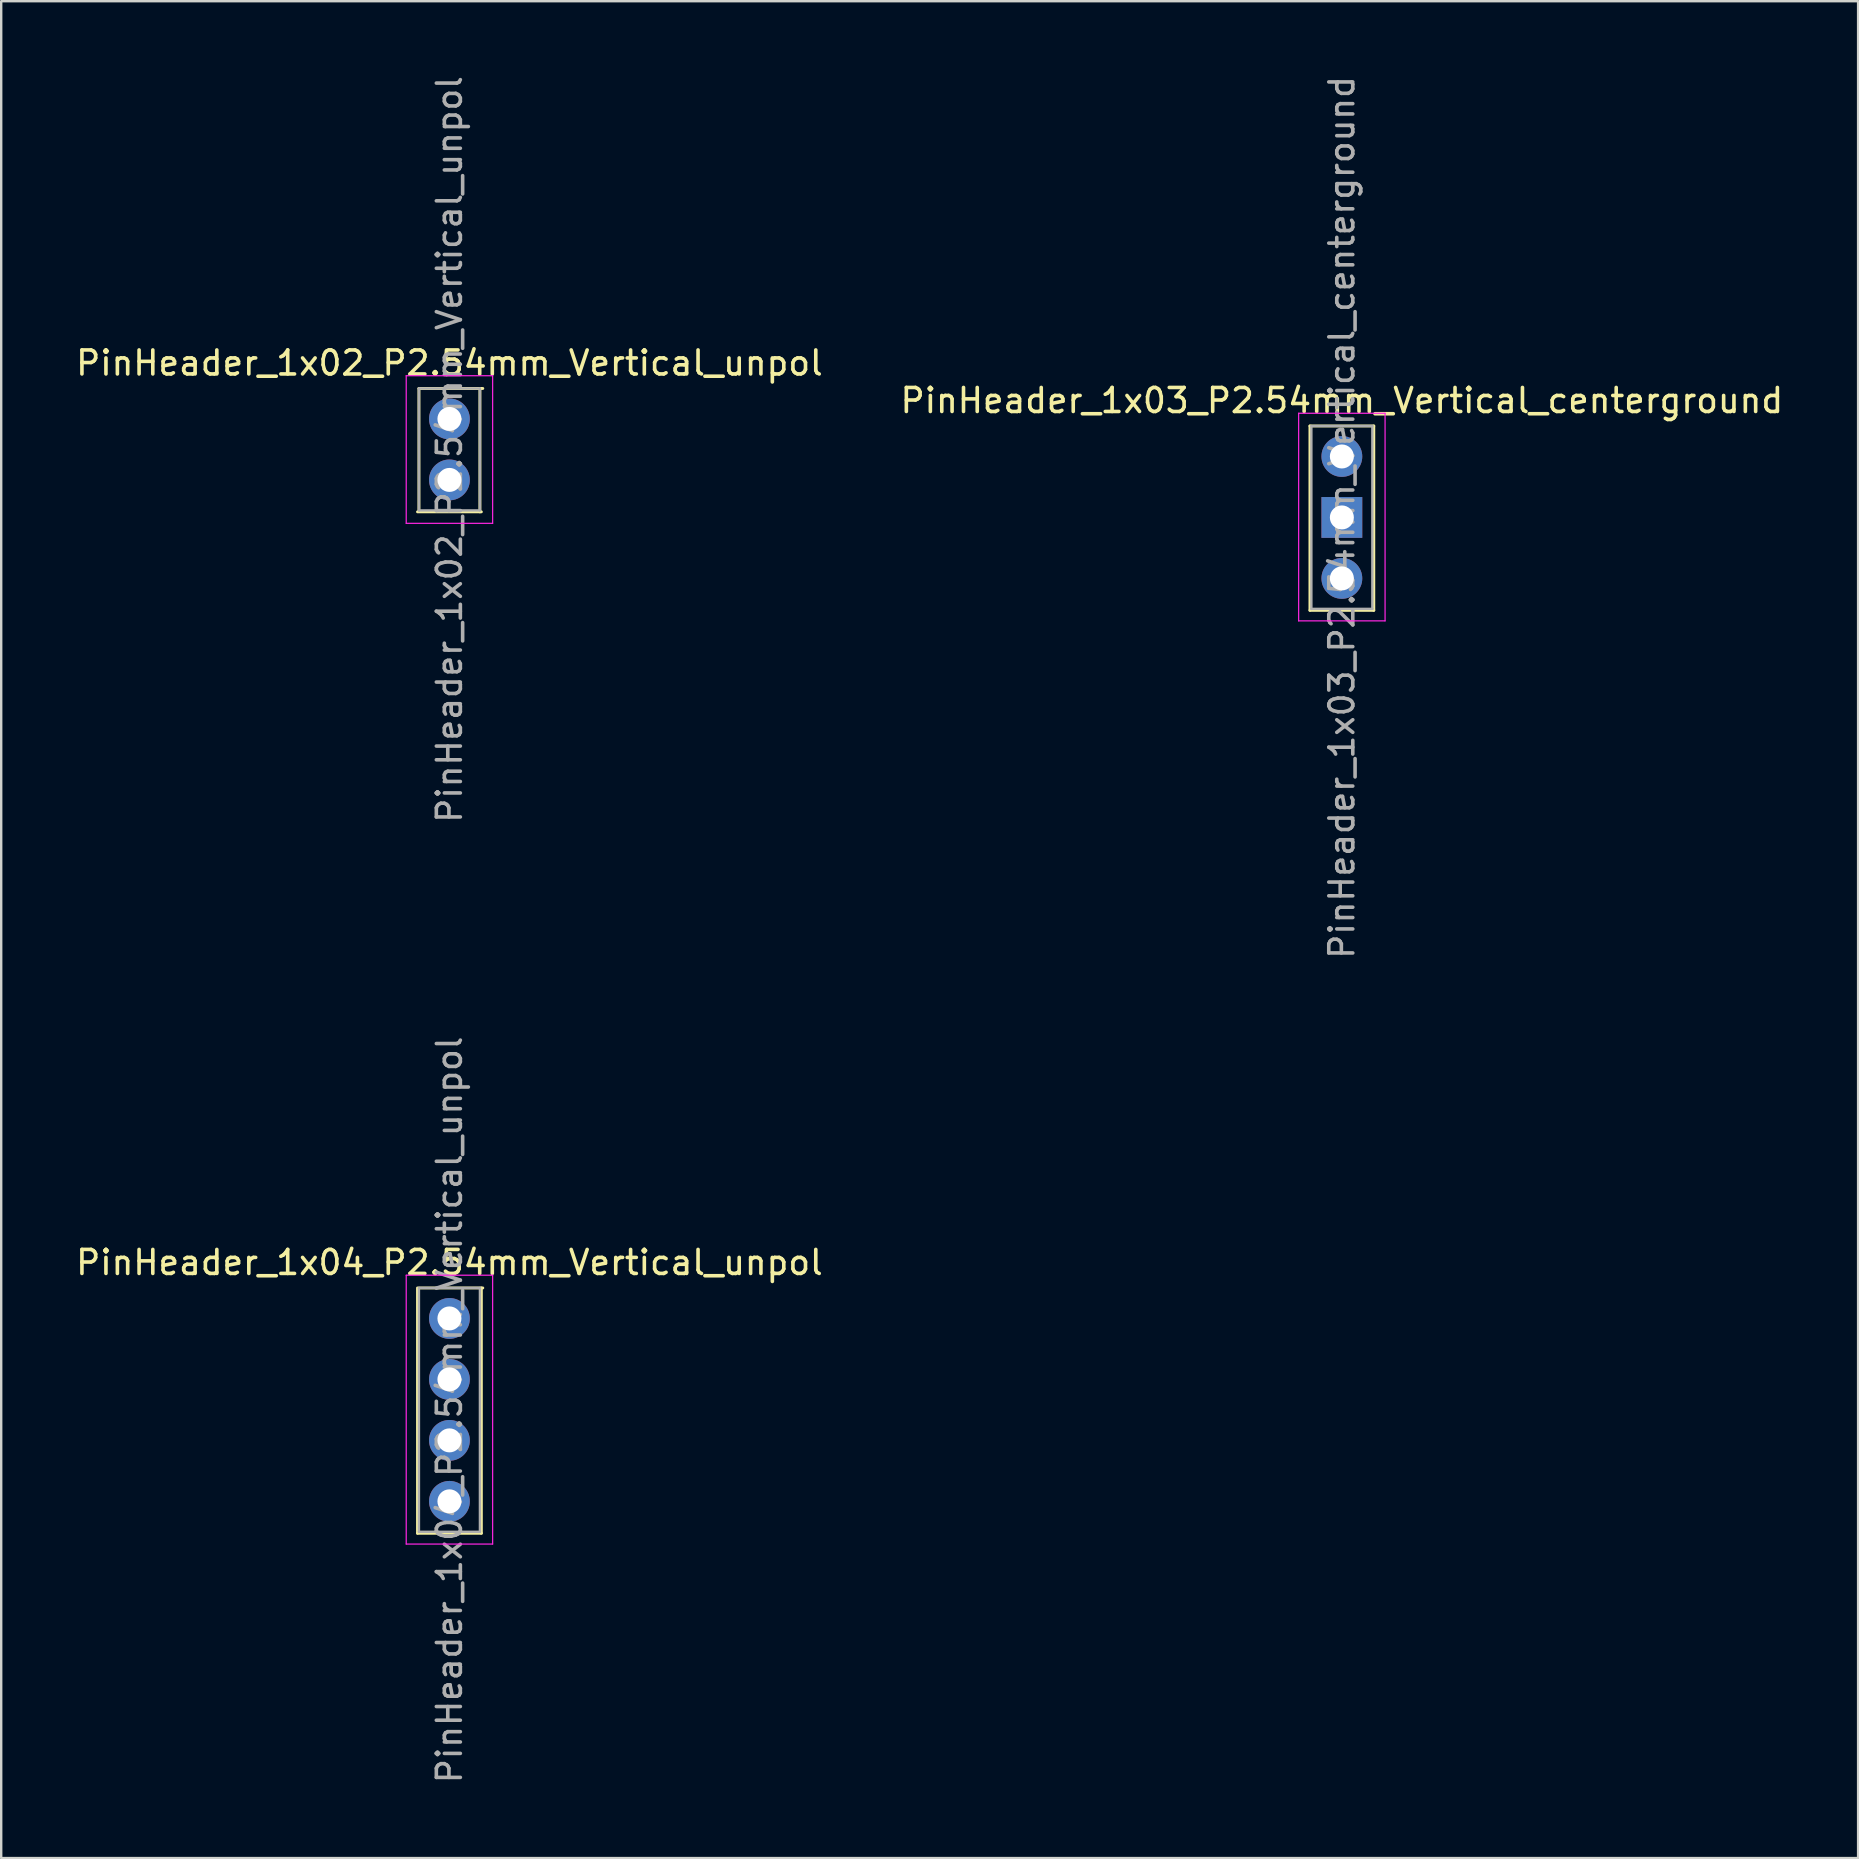
<source format=kicad_pcb>
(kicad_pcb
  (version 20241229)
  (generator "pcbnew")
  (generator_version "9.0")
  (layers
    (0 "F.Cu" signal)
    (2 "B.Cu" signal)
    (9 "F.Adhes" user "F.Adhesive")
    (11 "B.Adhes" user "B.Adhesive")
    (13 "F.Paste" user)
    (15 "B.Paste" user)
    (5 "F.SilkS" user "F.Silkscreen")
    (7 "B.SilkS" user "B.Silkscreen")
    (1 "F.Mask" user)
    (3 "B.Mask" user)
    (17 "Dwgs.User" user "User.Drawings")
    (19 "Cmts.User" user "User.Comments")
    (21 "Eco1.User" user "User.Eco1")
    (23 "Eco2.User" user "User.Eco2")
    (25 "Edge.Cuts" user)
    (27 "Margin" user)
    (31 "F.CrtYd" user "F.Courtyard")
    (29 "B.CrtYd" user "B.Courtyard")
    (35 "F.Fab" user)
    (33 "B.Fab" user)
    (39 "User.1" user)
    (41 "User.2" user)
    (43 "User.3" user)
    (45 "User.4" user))
  (footprint "PinHeader_1x02_P2.54mm_Vertical_unpol"
    (layer "F.Cu")
    (at 15.673 14.403)
    (property "Reference" "PinHeader_1x02_P2.54mm_Vertical_unpol" (at 0 -2.33 0) (layer "F.SilkS") (effects (font (size 1 1) (thickness 0.15))))
    (attr through_hole)
    (fp_line (start -1.33 3.87) (end 1.33 3.87) (stroke (width 0.12) (type solid)) (layer "F.SilkS"))
    (fp_line (start -1.27 -1.27) (end -1.27 3.81) (stroke (width 0.12) (type solid)) (layer "F.SilkS"))
    (fp_line (start -1.27 -1.27) (end 1.39 -1.27) (stroke (width 0.12) (type solid)) (layer "F.SilkS"))
    (fp_line (start 1.27 -1.27) (end 1.27 3.87) (stroke (width 0.12) (type solid)) (layer "F.SilkS"))
    (fp_line (start -1.8 -1.8) (end -1.8 4.35) (stroke (width 0.05) (type solid)) (layer "F.CrtYd"))
    (fp_line (start -1.8 4.35) (end 1.8 4.35) (stroke (width 0.05) (type solid)) (layer "F.CrtYd"))
    (fp_line (start 1.8 -1.8) (end -1.8 -1.8) (stroke (width 0.05) (type solid)) (layer "F.CrtYd"))
    (fp_line (start 1.8 4.35) (end 1.8 -1.8) (stroke (width 0.05) (type solid)) (layer "F.CrtYd"))
    (fp_line (start -1.27 -1.27) (end 1.27 -1.27) (stroke (width 0.1) (type solid)) (layer "F.Fab"))
    (fp_line (start -1.27 3.81) (end -1.27 -1.27) (stroke (width 0.1) (type solid)) (layer "F.Fab"))
    (fp_line (start 1.27 -1.27) (end 1.27 3.81) (stroke (width 0.1) (type solid)) (layer "F.Fab"))
    (fp_line (start 1.27 3.81) (end -1.27 3.81) (stroke (width 0.1) (type solid)) (layer "F.Fab"))
    (fp_text user "${REFERENCE}" (at 0 1.27 90) (layer "F.Fab") (effects (font (size 1 1) (thickness 0.15))))
    (pad "1" thru_hole oval (at 0 0) (size 1.7 1.7) (drill 1) (layers "*.Cu" "*.Mask"))
    (pad "2" thru_hole oval (at 0 2.54) (size 1.7 1.7) (drill 1) (layers "*.Cu" "*.Mask")))
  (footprint "PinHeader_1x04_P2.54mm_Vertical_unpol"
    (layer "F.Cu")
    (at 15.673 51.875)
    (property "Reference" "PinHeader_1x04_P2.54mm_Vertical_unpol" (at 0 -2.33 0) (layer "F.SilkS") (effects (font (size 1 1) (thickness 0.15))))
    (attr through_hole)
    (fp_line (start -1.33 -1.27) (end -1.33 8.95) (stroke (width 0.12) (type solid)) (layer "F.SilkS"))
    (fp_line (start -1.33 8.95) (end 1.33 8.95) (stroke (width 0.12) (type solid)) (layer "F.SilkS"))
    (fp_line (start -1.27 -1.27) (end 1.39 -1.27) (stroke (width 0.12) (type solid)) (layer "F.SilkS"))
    (fp_line (start 1.33 -1.27) (end 1.33 8.95) (stroke (width 0.12) (type solid)) (layer "F.SilkS"))
    (fp_line (start -1.8 -1.8) (end -1.8 9.4) (stroke (width 0.05) (type solid)) (layer "F.CrtYd"))
    (fp_line (start -1.8 9.4) (end 1.8 9.4) (stroke (width 0.05) (type solid)) (layer "F.CrtYd"))
    (fp_line (start 1.8 -1.8) (end -1.8 -1.8) (stroke (width 0.05) (type solid)) (layer "F.CrtYd"))
    (fp_line (start 1.8 9.4) (end 1.8 -1.8) (stroke (width 0.05) (type solid)) (layer "F.CrtYd"))
    (fp_line (start -1.27 -1.27) (end 1.27 -1.27) (stroke (width 0.1) (type solid)) (layer "F.Fab"))
    (fp_line (start -1.27 8.89) (end -1.27 -1.27) (stroke (width 0.1) (type solid)) (layer "F.Fab"))
    (fp_line (start 1.27 -1.27) (end 1.27 8.89) (stroke (width 0.1) (type solid)) (layer "F.Fab"))
    (fp_line (start 1.27 8.89) (end -1.27 8.89) (stroke (width 0.1) (type solid)) (layer "F.Fab"))
    (fp_text user "${REFERENCE}" (at 0 3.81 90) (layer "F.Fab") (effects (font (size 1 1) (thickness 0.15))))
    (pad "1" thru_hole oval (at 0 0) (size 1.7 1.7) (drill 1) (layers "*.Cu" "*.Mask"))
    (pad "2" thru_hole oval (at 0 2.54) (size 1.7 1.7) (drill 1) (layers "*.Cu" "*.Mask"))
    (pad "3" thru_hole oval (at 0 5.08) (size 1.7 1.7) (drill 1) (layers "*.Cu" "*.Mask"))
    (pad "4" thru_hole oval (at 0 7.62) (size 1.7 1.7) (drill 1) (layers "*.Cu" "*.Mask")))
  (footprint "PinHeader_1x03_P2.54mm_Vertical_centerground"
    (layer "F.Cu")
    (at 52.851 15.966)
    (property "Reference" "PinHeader_1x03_P2.54mm_Vertical_centerground" (at 0 -2.33 0) (layer "F.SilkS") (effects (font (size 1 1) (thickness 0.15))))
    (attr through_hole)
    (fp_line (start -1.33 -1.27) (end -1.33 6.41) (stroke (width 0.12) (type solid)) (layer "F.SilkS"))
    (fp_line (start -1.33 -1.27) (end 1.33 -1.27) (stroke (width 0.12) (type solid)) (layer "F.SilkS"))
    (fp_line (start -1.33 6.41) (end 1.33 6.41) (stroke (width 0.12) (type solid)) (layer "F.SilkS"))
    (fp_line (start 1.33 -1.27) (end 1.33 6.41) (stroke (width 0.12) (type solid)) (layer "F.SilkS"))
    (fp_line (start -1.8 -1.8) (end -1.8 6.85) (stroke (width 0.05) (type solid)) (layer "F.CrtYd"))
    (fp_line (start -1.8 6.85) (end 1.8 6.85) (stroke (width 0.05) (type solid)) (layer "F.CrtYd"))
    (fp_line (start 1.8 -1.8) (end -1.8 -1.8) (stroke (width 0.05) (type solid)) (layer "F.CrtYd"))
    (fp_line (start 1.8 6.85) (end 1.8 -1.8) (stroke (width 0.05) (type solid)) (layer "F.CrtYd"))
    (fp_line (start -1.27 -1.27) (end 1.27 -1.27) (stroke (width 0.1) (type solid)) (layer "F.Fab"))
    (fp_line (start -1.27 6.35) (end -1.27 -1.27) (stroke (width 0.1) (type solid)) (layer "F.Fab"))
    (fp_line (start 1.27 -1.27) (end 1.27 6.35) (stroke (width 0.1) (type solid)) (layer "F.Fab"))
    (fp_line (start 1.27 6.35) (end -1.27 6.35) (stroke (width 0.1) (type solid)) (layer "F.Fab"))
    (fp_text user "${REFERENCE}" (at 0 2.54 90) (layer "F.Fab") (effects (font (size 1 1) (thickness 0.15))))
    (pad "1" thru_hole oval (at 0 0) (size 1.7 1.7) (drill 1) (layers "*.Cu" "*.Mask"))
    (pad "2" thru_hole rect (at 0 2.54) (size 1.7 1.7) (drill 1) (layers "*.Cu" "*.Mask"))
    (pad "3" thru_hole oval (at 0 5.08) (size 1.7 1.7) (drill 1) (layers "*.Cu" "*.Mask")))
  (gr_rect
    (start -3 -3)
    (end 74.357 74.357)
    (stroke (width 0.1) (type default))
    (fill no)
    (layer "Edge.Cuts")))
</source>
